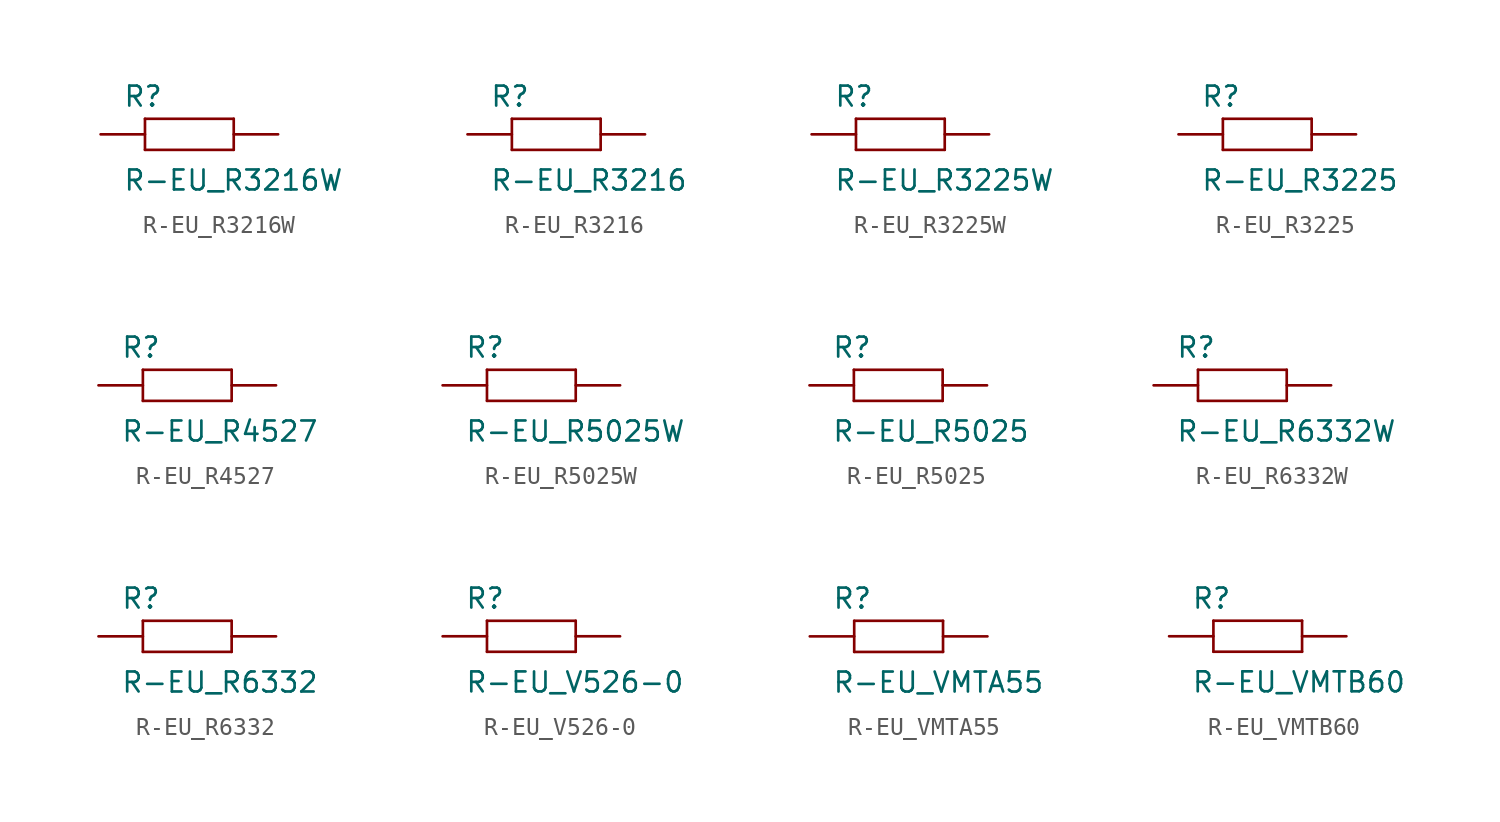
<source format=kicad_sym>
(kicad_symbol_lib
  (version 20211014)
  (generator kicad_symbol_editor)
  (symbol "R-EU_R3216W"
    (pin_numbers hide)
    (pin_names
      (offset 1.016) hide)
    (property "Reference" "R"
      (at -3.81 1.499 0)
      (effects (font (size 1.143 1.143)) (justify left bottom)))
    (property "Value" "R-EU_R3216W"
      (at -3.81 -3.302 0)
      (effects (font (size 1.143 1.143)) (justify left bottom)))
    (property "ki_locked" ""
      (at 0 0 0)
      (effects (font (size 1.27 1.27))))
    (symbol "R-EU_R3216W_1_0"
      (polyline (pts (xy -2.54 -0.889) (xy -2.54 0.889)) (stroke (width 0) (type default) (color 0 0 0 0)) (fill (type none)))
      (polyline (pts (xy -2.54 -0.889) (xy 2.54 -0.889)) (stroke (width 0) (type default) (color 0 0 0 0)) (fill (type none)))
      (polyline (pts (xy 2.54 -0.889) (xy 2.54 0.889)) (stroke (width 0) (type default) (color 0 0 0 0)) (fill (type none)))
      (polyline (pts (xy 2.54 0.889) (xy -2.54 0.889)) (stroke (width 0) (type default) (color 0 0 0 0)) (fill (type none))))
    (symbol "R-EU_R3216W_1_1"
      (pin passive line (at -5.08 0 0) (length 2.54) (name "1" (effects (font (size 1.016 1.016)))) (number "1" (effects (font (size 1.016 1.016)))))
      (pin passive line (at 5.08 0 180) (length 2.54) (name "2" (effects (font (size 1.016 1.016)))) (number "2" (effects (font (size 1.016 1.016)))))))
  (symbol "R-EU_R3216"
    (pin_numbers hide)
    (pin_names
      (offset 1.016) hide)
    (property "Reference" "R"
      (at -3.81 1.499 0)
      (effects (font (size 1.143 1.143)) (justify left bottom)))
    (property "Value" "R-EU_R3216"
      (at -3.81 -3.302 0)
      (effects (font (size 1.143 1.143)) (justify left bottom)))
    (property "ki_locked" ""
      (at 0 0 0)
      (effects (font (size 1.27 1.27))))
    (symbol "R-EU_R3216_1_0"
      (polyline (pts (xy -2.54 -0.889) (xy -2.54 0.889)) (stroke (width 0) (type default) (color 0 0 0 0)) (fill (type none)))
      (polyline (pts (xy -2.54 -0.889) (xy 2.54 -0.889)) (stroke (width 0) (type default) (color 0 0 0 0)) (fill (type none)))
      (polyline (pts (xy 2.54 -0.889) (xy 2.54 0.889)) (stroke (width 0) (type default) (color 0 0 0 0)) (fill (type none)))
      (polyline (pts (xy 2.54 0.889) (xy -2.54 0.889)) (stroke (width 0) (type default) (color 0 0 0 0)) (fill (type none))))
    (symbol "R-EU_R3216_1_1"
      (pin passive line (at -5.08 0 0) (length 2.54) (name "1" (effects (font (size 1.016 1.016)))) (number "1" (effects (font (size 1.016 1.016)))))
      (pin passive line (at 5.08 0 180) (length 2.54) (name "2" (effects (font (size 1.016 1.016)))) (number "2" (effects (font (size 1.016 1.016)))))))
  (symbol "R-EU_R3225W"
    (pin_numbers hide)
    (pin_names
      (offset 1.016) hide)
    (property "Reference" "R"
      (at -3.81 1.499 0)
      (effects (font (size 1.143 1.143)) (justify left bottom)))
    (property "Value" "R-EU_R3225W"
      (at -3.81 -3.302 0)
      (effects (font (size 1.143 1.143)) (justify left bottom)))
    (property "ki_locked" ""
      (at 0 0 0)
      (effects (font (size 1.27 1.27))))
    (symbol "R-EU_R3225W_1_0"
      (polyline (pts (xy -2.54 -0.889) (xy -2.54 0.889)) (stroke (width 0) (type default) (color 0 0 0 0)) (fill (type none)))
      (polyline (pts (xy -2.54 -0.889) (xy 2.54 -0.889)) (stroke (width 0) (type default) (color 0 0 0 0)) (fill (type none)))
      (polyline (pts (xy 2.54 -0.889) (xy 2.54 0.889)) (stroke (width 0) (type default) (color 0 0 0 0)) (fill (type none)))
      (polyline (pts (xy 2.54 0.889) (xy -2.54 0.889)) (stroke (width 0) (type default) (color 0 0 0 0)) (fill (type none))))
    (symbol "R-EU_R3225W_1_1"
      (pin passive line (at -5.08 0 0) (length 2.54) (name "1" (effects (font (size 1.016 1.016)))) (number "1" (effects (font (size 1.016 1.016)))))
      (pin passive line (at 5.08 0 180) (length 2.54) (name "2" (effects (font (size 1.016 1.016)))) (number "2" (effects (font (size 1.016 1.016)))))))
  (symbol "R-EU_R3225"
    (pin_numbers hide)
    (pin_names
      (offset 1.016) hide)
    (property "Reference" "R"
      (at -3.81 1.499 0)
      (effects (font (size 1.143 1.143)) (justify left bottom)))
    (property "Value" "R-EU_R3225"
      (at -3.81 -3.302 0)
      (effects (font (size 1.143 1.143)) (justify left bottom)))
    (property "ki_locked" ""
      (at 0 0 0)
      (effects (font (size 1.27 1.27))))
    (symbol "R-EU_R3225_1_0"
      (polyline (pts (xy -2.54 -0.889) (xy -2.54 0.889)) (stroke (width 0) (type default) (color 0 0 0 0)) (fill (type none)))
      (polyline (pts (xy -2.54 -0.889) (xy 2.54 -0.889)) (stroke (width 0) (type default) (color 0 0 0 0)) (fill (type none)))
      (polyline (pts (xy 2.54 -0.889) (xy 2.54 0.889)) (stroke (width 0) (type default) (color 0 0 0 0)) (fill (type none)))
      (polyline (pts (xy 2.54 0.889) (xy -2.54 0.889)) (stroke (width 0) (type default) (color 0 0 0 0)) (fill (type none))))
    (symbol "R-EU_R3225_1_1"
      (pin passive line (at -5.08 0 0) (length 2.54) (name "1" (effects (font (size 1.016 1.016)))) (number "1" (effects (font (size 1.016 1.016)))))
      (pin passive line (at 5.08 0 180) (length 2.54) (name "2" (effects (font (size 1.016 1.016)))) (number "2" (effects (font (size 1.016 1.016)))))))
  (symbol "R-EU_R4527"
    (pin_numbers hide)
    (pin_names
      (offset 1.016) hide)
    (property "Reference" "R"
      (at -3.81 1.499 0)
      (effects (font (size 1.143 1.143)) (justify left bottom)))
    (property "Value" "R-EU_R4527"
      (at -3.81 -3.302 0)
      (effects (font (size 1.143 1.143)) (justify left bottom)))
    (property "ki_locked" ""
      (at 0 0 0)
      (effects (font (size 1.27 1.27))))
    (symbol "R-EU_R4527_1_0"
      (polyline (pts (xy -2.54 -0.889) (xy -2.54 0.889)) (stroke (width 0) (type default) (color 0 0 0 0)) (fill (type none)))
      (polyline (pts (xy -2.54 -0.889) (xy 2.54 -0.889)) (stroke (width 0) (type default) (color 0 0 0 0)) (fill (type none)))
      (polyline (pts (xy 2.54 -0.889) (xy 2.54 0.889)) (stroke (width 0) (type default) (color 0 0 0 0)) (fill (type none)))
      (polyline (pts (xy 2.54 0.889) (xy -2.54 0.889)) (stroke (width 0) (type default) (color 0 0 0 0)) (fill (type none))))
    (symbol "R-EU_R4527_1_1"
      (pin passive line (at -5.08 0 0) (length 2.54) (name "1" (effects (font (size 1.016 1.016)))) (number "1" (effects (font (size 1.016 1.016)))))
      (pin passive line (at 5.08 0 180) (length 2.54) (name "2" (effects (font (size 1.016 1.016)))) (number "2" (effects (font (size 1.016 1.016)))))))
  (symbol "R-EU_R5025W"
    (pin_numbers hide)
    (pin_names
      (offset 1.016) hide)
    (property "Reference" "R"
      (at -3.81 1.499 0)
      (effects (font (size 1.143 1.143)) (justify left bottom)))
    (property "Value" "R-EU_R5025W"
      (at -3.81 -3.302 0)
      (effects (font (size 1.143 1.143)) (justify left bottom)))
    (property "ki_locked" ""
      (at 0 0 0)
      (effects (font (size 1.27 1.27))))
    (symbol "R-EU_R5025W_1_0"
      (polyline (pts (xy -2.54 -0.889) (xy -2.54 0.889)) (stroke (width 0) (type default) (color 0 0 0 0)) (fill (type none)))
      (polyline (pts (xy -2.54 -0.889) (xy 2.54 -0.889)) (stroke (width 0) (type default) (color 0 0 0 0)) (fill (type none)))
      (polyline (pts (xy 2.54 -0.889) (xy 2.54 0.889)) (stroke (width 0) (type default) (color 0 0 0 0)) (fill (type none)))
      (polyline (pts (xy 2.54 0.889) (xy -2.54 0.889)) (stroke (width 0) (type default) (color 0 0 0 0)) (fill (type none))))
    (symbol "R-EU_R5025W_1_1"
      (pin passive line (at -5.08 0 0) (length 2.54) (name "1" (effects (font (size 1.016 1.016)))) (number "1" (effects (font (size 1.016 1.016)))))
      (pin passive line (at 5.08 0 180) (length 2.54) (name "2" (effects (font (size 1.016 1.016)))) (number "2" (effects (font (size 1.016 1.016)))))))
  (symbol "R-EU_R5025"
    (pin_numbers hide)
    (pin_names
      (offset 1.016) hide)
    (property "Reference" "R"
      (at -3.81 1.499 0)
      (effects (font (size 1.143 1.143)) (justify left bottom)))
    (property "Value" "R-EU_R5025"
      (at -3.81 -3.302 0)
      (effects (font (size 1.143 1.143)) (justify left bottom)))
    (property "ki_locked" ""
      (at 0 0 0)
      (effects (font (size 1.27 1.27))))
    (symbol "R-EU_R5025_1_0"
      (polyline (pts (xy -2.54 -0.889) (xy -2.54 0.889)) (stroke (width 0) (type default) (color 0 0 0 0)) (fill (type none)))
      (polyline (pts (xy -2.54 -0.889) (xy 2.54 -0.889)) (stroke (width 0) (type default) (color 0 0 0 0)) (fill (type none)))
      (polyline (pts (xy 2.54 -0.889) (xy 2.54 0.889)) (stroke (width 0) (type default) (color 0 0 0 0)) (fill (type none)))
      (polyline (pts (xy 2.54 0.889) (xy -2.54 0.889)) (stroke (width 0) (type default) (color 0 0 0 0)) (fill (type none))))
    (symbol "R-EU_R5025_1_1"
      (pin passive line (at -5.08 0 0) (length 2.54) (name "1" (effects (font (size 1.016 1.016)))) (number "1" (effects (font (size 1.016 1.016)))))
      (pin passive line (at 5.08 0 180) (length 2.54) (name "2" (effects (font (size 1.016 1.016)))) (number "2" (effects (font (size 1.016 1.016)))))))
  (symbol "R-EU_R6332W"
    (pin_numbers hide)
    (pin_names
      (offset 1.016) hide)
    (property "Reference" "R"
      (at -3.81 1.499 0)
      (effects (font (size 1.143 1.143)) (justify left bottom)))
    (property "Value" "R-EU_R6332W"
      (at -3.81 -3.302 0)
      (effects (font (size 1.143 1.143)) (justify left bottom)))
    (property "ki_locked" ""
      (at 0 0 0)
      (effects (font (size 1.27 1.27))))
    (symbol "R-EU_R6332W_1_0"
      (polyline (pts (xy -2.54 -0.889) (xy -2.54 0.889)) (stroke (width 0) (type default) (color 0 0 0 0)) (fill (type none)))
      (polyline (pts (xy -2.54 -0.889) (xy 2.54 -0.889)) (stroke (width 0) (type default) (color 0 0 0 0)) (fill (type none)))
      (polyline (pts (xy 2.54 -0.889) (xy 2.54 0.889)) (stroke (width 0) (type default) (color 0 0 0 0)) (fill (type none)))
      (polyline (pts (xy 2.54 0.889) (xy -2.54 0.889)) (stroke (width 0) (type default) (color 0 0 0 0)) (fill (type none))))
    (symbol "R-EU_R6332W_1_1"
      (pin passive line (at -5.08 0 0) (length 2.54) (name "1" (effects (font (size 1.016 1.016)))) (number "1" (effects (font (size 1.016 1.016)))))
      (pin passive line (at 5.08 0 180) (length 2.54) (name "2" (effects (font (size 1.016 1.016)))) (number "2" (effects (font (size 1.016 1.016)))))))
  (symbol "R-EU_R6332"
    (pin_numbers hide)
    (pin_names
      (offset 1.016) hide)
    (property "Reference" "R"
      (at -3.81 1.499 0)
      (effects (font (size 1.143 1.143)) (justify left bottom)))
    (property "Value" "R-EU_R6332"
      (at -3.81 -3.302 0)
      (effects (font (size 1.143 1.143)) (justify left bottom)))
    (property "ki_locked" ""
      (at 0 0 0)
      (effects (font (size 1.27 1.27))))
    (symbol "R-EU_R6332_1_0"
      (polyline (pts (xy -2.54 -0.889) (xy -2.54 0.889)) (stroke (width 0) (type default) (color 0 0 0 0)) (fill (type none)))
      (polyline (pts (xy -2.54 -0.889) (xy 2.54 -0.889)) (stroke (width 0) (type default) (color 0 0 0 0)) (fill (type none)))
      (polyline (pts (xy 2.54 -0.889) (xy 2.54 0.889)) (stroke (width 0) (type default) (color 0 0 0 0)) (fill (type none)))
      (polyline (pts (xy 2.54 0.889) (xy -2.54 0.889)) (stroke (width 0) (type default) (color 0 0 0 0)) (fill (type none))))
    (symbol "R-EU_R6332_1_1"
      (pin passive line (at -5.08 0 0) (length 2.54) (name "1" (effects (font (size 1.016 1.016)))) (number "1" (effects (font (size 1.016 1.016)))))
      (pin passive line (at 5.08 0 180) (length 2.54) (name "2" (effects (font (size 1.016 1.016)))) (number "2" (effects (font (size 1.016 1.016)))))))
  (symbol "R-EU_V526-0"
    (pin_numbers hide)
    (pin_names
      (offset 1.016) hide)
    (property "Reference" "R"
      (at -3.81 1.499 0)
      (effects (font (size 1.143 1.143)) (justify left bottom)))
    (property "Value" "R-EU_V526-0"
      (at -3.81 -3.302 0)
      (effects (font (size 1.143 1.143)) (justify left bottom)))
    (property "ki_locked" ""
      (at 0 0 0)
      (effects (font (size 1.27 1.27))))
    (symbol "R-EU_V526-0_1_0"
      (polyline (pts (xy -2.54 -0.889) (xy -2.54 0.889)) (stroke (width 0) (type default) (color 0 0 0 0)) (fill (type none)))
      (polyline (pts (xy -2.54 -0.889) (xy 2.54 -0.889)) (stroke (width 0) (type default) (color 0 0 0 0)) (fill (type none)))
      (polyline (pts (xy 2.54 -0.889) (xy 2.54 0.889)) (stroke (width 0) (type default) (color 0 0 0 0)) (fill (type none)))
      (polyline (pts (xy 2.54 0.889) (xy -2.54 0.889)) (stroke (width 0) (type default) (color 0 0 0 0)) (fill (type none))))
    (symbol "R-EU_V526-0_1_1"
      (pin passive line (at -5.08 0 0) (length 2.54) (name "1" (effects (font (size 1.016 1.016)))) (number "1" (effects (font (size 1.016 1.016)))))
      (pin passive line (at 5.08 0 180) (length 2.54) (name "2" (effects (font (size 1.016 1.016)))) (number "2" (effects (font (size 1.016 1.016)))))))
  (symbol "R-EU_VMTA55"
    (pin_numbers hide)
    (pin_names
      (offset 1.016) hide)
    (property "Reference" "R"
      (at -3.81 1.499 0)
      (effects (font (size 1.143 1.143)) (justify left bottom)))
    (property "Value" "R-EU_VMTA55"
      (at -3.81 -3.302 0)
      (effects (font (size 1.143 1.143)) (justify left bottom)))
    (property "ki_locked" ""
      (at 0 0 0)
      (effects (font (size 1.27 1.27))))
    (symbol "R-EU_VMTA55_1_0"
      (polyline (pts (xy -2.54 -0.889) (xy -2.54 0.889)) (stroke (width 0) (type default) (color 0 0 0 0)) (fill (type none)))
      (polyline (pts (xy -2.54 -0.889) (xy 2.54 -0.889)) (stroke (width 0) (type default) (color 0 0 0 0)) (fill (type none)))
      (polyline (pts (xy 2.54 -0.889) (xy 2.54 0.889)) (stroke (width 0) (type default) (color 0 0 0 0)) (fill (type none)))
      (polyline (pts (xy 2.54 0.889) (xy -2.54 0.889)) (stroke (width 0) (type default) (color 0 0 0 0)) (fill (type none))))
    (symbol "R-EU_VMTA55_1_1"
      (pin passive line (at -5.08 0 0) (length 2.54) (name "1" (effects (font (size 1.016 1.016)))) (number "1" (effects (font (size 1.016 1.016)))))
      (pin passive line (at 5.08 0 180) (length 2.54) (name "2" (effects (font (size 1.016 1.016)))) (number "2" (effects (font (size 1.016 1.016)))))))
  (symbol "R-EU_VMTB60"
    (pin_numbers hide)
    (pin_names
      (offset 1.016) hide)
    (property "Reference" "R"
      (at -3.81 1.499 0)
      (effects (font (size 1.143 1.143)) (justify left bottom)))
    (property "Value" "R-EU_VMTB60"
      (at -3.81 -3.302 0)
      (effects (font (size 1.143 1.143)) (justify left bottom)))
    (property "ki_locked" ""
      (at 0 0 0)
      (effects (font (size 1.27 1.27))))
    (symbol "R-EU_VMTB60_1_0"
      (polyline (pts (xy -2.54 -0.889) (xy -2.54 0.889)) (stroke (width 0) (type default) (color 0 0 0 0)) (fill (type none)))
      (polyline (pts (xy -2.54 -0.889) (xy 2.54 -0.889)) (stroke (width 0) (type default) (color 0 0 0 0)) (fill (type none)))
      (polyline (pts (xy 2.54 -0.889) (xy 2.54 0.889)) (stroke (width 0) (type default) (color 0 0 0 0)) (fill (type none)))
      (polyline (pts (xy 2.54 0.889) (xy -2.54 0.889)) (stroke (width 0) (type default) (color 0 0 0 0)) (fill (type none))))
    (symbol "R-EU_VMTB60_1_1"
      (pin passive line (at -5.08 0 0) (length 2.54) (name "1" (effects (font (size 1.016 1.016)))) (number "1" (effects (font (size 1.016 1.016)))))
      (pin passive line (at 5.08 0 180) (length 2.54) (name "2" (effects (font (size 1.016 1.016)))) (number "2" (effects (font (size 1.016 1.016))))))))
</source>
